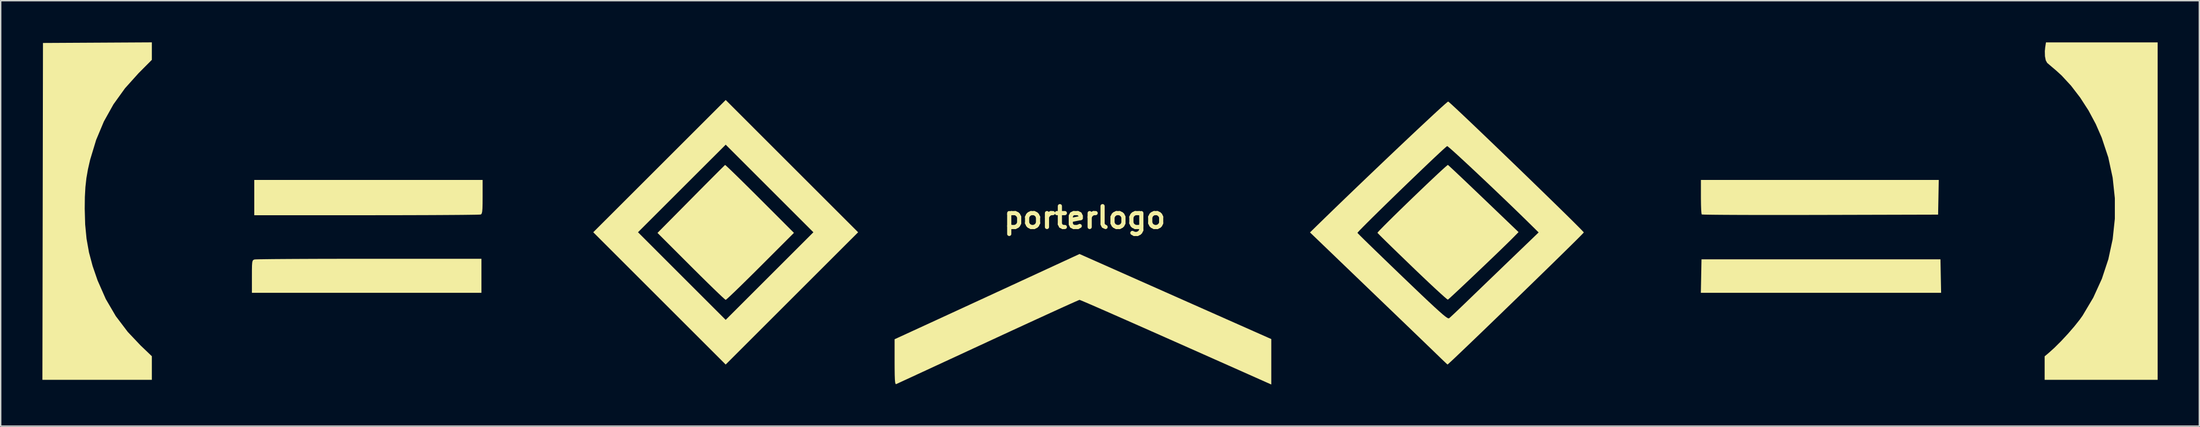
<source format=kicad_pcb>
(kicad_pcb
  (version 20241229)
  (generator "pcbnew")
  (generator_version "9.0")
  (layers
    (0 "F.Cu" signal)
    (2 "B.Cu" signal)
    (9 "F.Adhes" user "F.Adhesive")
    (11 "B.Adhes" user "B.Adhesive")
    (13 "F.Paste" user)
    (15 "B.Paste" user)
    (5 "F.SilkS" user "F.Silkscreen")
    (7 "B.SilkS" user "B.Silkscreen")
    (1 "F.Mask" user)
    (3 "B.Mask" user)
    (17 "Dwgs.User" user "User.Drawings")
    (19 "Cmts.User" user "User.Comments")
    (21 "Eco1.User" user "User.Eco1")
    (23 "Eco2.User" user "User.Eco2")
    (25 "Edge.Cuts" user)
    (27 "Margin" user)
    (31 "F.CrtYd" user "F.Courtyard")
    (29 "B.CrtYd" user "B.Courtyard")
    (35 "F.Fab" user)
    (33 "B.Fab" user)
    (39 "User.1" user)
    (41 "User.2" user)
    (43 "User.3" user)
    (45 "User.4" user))
  (footprint "porterlogo"
    (layer "F.Cu")
    (at 74.971 12.617)
    (property "Reference" "porterlogo" (at 0 0 0) (layer "F.SilkS") (effects (font (size 1.5 1.5) (thickness 0.3))))
    (attr board_only exclude_from_pos_files exclude_from_bom)
    (fp_poly (pts (xy 61.576 4.212) (xy 61.6 5.419) (xy 52.959 5.419) (xy 44.318 5.419) (xy 44.342 4.212) (xy 44.365 3.006) (xy 52.959 3.006) (xy 61.553 3.006)) (stroke (width 0) (type solid)) (fill yes) (layer "F.SilkS"))
    (fp_poly (pts (xy -21.061 -3.704) (xy -16.298 1.059) (xy -21.061 5.821) (xy -25.824 10.583) (xy -30.586 5.821) (xy -35.348 1.058) (xy -35.348 1.057) (xy -32.131 1.057) (xy -28.978 4.212) (xy -25.824 7.366) (xy -22.67 4.213) (xy -19.516 1.059) (xy -22.669 -2.095) (xy -25.822 -5.249) (xy -28.977 -2.096) (xy -32.131 1.057) (xy -35.348 1.057) (xy -30.586 -3.704) (xy -25.823 -8.467)) (stroke (width 0) (type solid)) (fill yes) (layer "F.SilkS"))
    (fp_poly (pts (xy 61.407 -1.46) (xy 61.383 -0.212) (xy 52.91 -0.19) (xy 51.726 -0.188) (xy 50.591 -0.186) (xy 49.515 -0.186) (xy 48.509 -0.187) (xy 47.586 -0.189) (xy 46.757 -0.192) (xy 46.033 -0.196) (xy 45.425 -0.201) (xy 44.946 -0.207) (xy 44.606 -0.213) (xy 44.416 -0.221) (xy 44.38 -0.225) (xy 44.36 -0.326) (xy 44.342 -0.564) (xy 44.33 -0.908) (xy 44.324 -1.326) (xy 44.323 -1.496) (xy 44.323 -2.709) (xy 52.877 -2.709) (xy 61.43 -2.709)) (stroke (width 0) (type solid)) (fill yes) (layer "F.SilkS"))
    (fp_poly (pts (xy -43.307 -1.491) (xy -43.31 -1.003) (xy -43.319 -0.659) (xy -43.338 -0.434) (xy -43.369 -0.301) (xy -43.414 -0.235) (xy -43.441 -0.221) (xy -43.543 -0.213) (xy -43.803 -0.206) (xy -44.208 -0.2) (xy -44.747 -0.193) (xy -45.408 -0.188) (xy -46.179 -0.183) (xy -47.048 -0.178) (xy -48.003 -0.175) (xy -49.033 -0.172) (xy -50.126 -0.17) (xy -51.269 -0.169) (xy -51.654 -0.169) (xy -59.732 -0.169) (xy -59.732 -1.439) (xy -59.732 -2.709) (xy -51.52 -2.709) (xy -43.307 -2.709)) (stroke (width 0) (type solid)) (fill yes) (layer "F.SilkS"))
    (fp_poly (pts (xy -43.392 2.967) (xy -43.392 4.193) (xy -43.392 5.419) (xy -51.647 5.419) (xy -59.902 5.419) (xy -59.902 4.243) (xy -59.901 3.776) (xy -59.895 3.452) (xy -59.879 3.241) (xy -59.851 3.118) (xy -59.804 3.055) (xy -59.736 3.024) (xy -59.711 3.017) (xy -59.601 3.01) (xy -59.333 3.003) (xy -58.92 2.997) (xy -58.373 2.99) (xy -57.705 2.985) (xy -56.928 2.98) (xy -56.053 2.976) (xy -55.093 2.972) (xy -54.059 2.97) (xy -52.964 2.968) (xy -51.819 2.967) (xy -51.456 2.967)) (stroke (width 0) (type solid)) (fill yes) (layer "F.SilkS"))
    (fp_poly (pts (xy -67.098 -11.987) (xy -67.098 -11.358) (xy -68.052 -10.399) (xy -69.029 -9.311) (xy -69.859 -8.156) (xy -70.549 -6.92) (xy -71.107 -5.588) (xy -71.537 -4.167) (xy -71.694 -3.482) (xy -71.806 -2.841) (xy -71.878 -2.191) (xy -71.917 -1.478) (xy -71.927 -0.651) (xy -71.927 -0.635) (xy -71.895 0.501) (xy -71.795 1.531) (xy -71.62 2.511) (xy -71.358 3.493) (xy -71 4.533) (xy -70.998 4.536) (xy -70.412 5.867) (xy -69.693 7.096) (xy -68.833 8.232) (xy -67.909 9.209) (xy -67.098 9.985) (xy -67.098 10.834) (xy -67.098 11.684) (xy -71.034 11.684) (xy -74.971 11.684) (xy -74.95 -0.445) (xy -74.93 -12.573) (xy -71.014 -12.595) (xy -67.098 -12.617)) (stroke (width 0) (type solid)) (fill yes) (layer "F.SilkS"))
    (fp_poly (pts (xy -25.798 -3.736) (xy -25.625 -3.575) (xy -25.357 -3.319) (xy -25.008 -2.98) (xy -24.591 -2.57) (xy -24.119 -2.103) (xy -23.603 -1.59) (xy -23.368 -1.355) (xy -20.914 1.101) (xy -23.326 3.514) (xy -23.853 4.039) (xy -24.345 4.525) (xy -24.787 4.959) (xy -25.168 5.328) (xy -25.474 5.619) (xy -25.692 5.821) (xy -25.809 5.919) (xy -25.823 5.927) (xy -25.9 5.869) (xy -26.083 5.703) (xy -26.358 5.443) (xy -26.714 5.1) (xy -27.136 4.688) (xy -27.611 4.22) (xy -28.127 3.707) (xy -28.319 3.516) (xy -30.729 1.105) (xy -28.318 -1.331) (xy -27.794 -1.861) (xy -27.307 -2.352) (xy -26.87 -2.791) (xy -26.495 -3.167) (xy -26.197 -3.465) (xy -25.986 -3.673) (xy -25.877 -3.779) (xy -25.865 -3.789)) (stroke (width 0) (type solid)) (fill yes) (layer "F.SilkS"))
    (fp_poly (pts (xy 77.174 -0.466) (xy 77.174 11.684) (xy 73.11 11.684) (xy 69.046 11.684) (xy 69.046 10.838) (xy 69.046 9.992) (xy 69.321 9.763) (xy 69.75 9.377) (xy 70.229 8.9) (xy 70.718 8.373) (xy 71.179 7.841) (xy 71.572 7.346) (xy 71.771 7.067) (xy 72.543 5.768) (xy 73.163 4.408) (xy 73.629 2.998) (xy 73.94 1.553) (xy 74.096 0.084) (xy 74.096 -1.395) (xy 73.939 -2.871) (xy 73.624 -4.331) (xy 73.149 -5.761) (xy 72.726 -6.731) (xy 72.202 -7.71) (xy 71.6 -8.642) (xy 70.947 -9.493) (xy 70.267 -10.23) (xy 69.87 -10.592) (xy 69.608 -10.814) (xy 69.387 -11.002) (xy 69.246 -11.124) (xy 69.228 -11.139) (xy 69.127 -11.321) (xy 69.069 -11.618) (xy 69.06 -11.983) (xy 69.085 -12.244) (xy 69.141 -12.615) (xy 73.157 -12.615) (xy 77.174 -12.615)) (stroke (width 0) (type solid)) (fill yes) (layer "F.SilkS"))
    (fp_poly (pts (xy 26.197 -3.729) (xy 26.378 -3.562) (xy 26.655 -3.303) (xy 27.014 -2.964) (xy 27.443 -2.557) (xy 27.928 -2.094) (xy 28.456 -1.589) (xy 28.695 -1.361) (xy 31.206 1.047) (xy 30.8 1.46) (xy 30.595 1.665) (xy 30.305 1.949) (xy 29.946 2.298) (xy 29.535 2.695) (xy 29.087 3.124) (xy 28.619 3.571) (xy 28.147 4.02) (xy 27.689 4.455) (xy 27.26 4.861) (xy 26.876 5.222) (xy 26.553 5.523) (xy 26.309 5.748) (xy 26.16 5.881) (xy 26.12 5.911) (xy 26.044 5.861) (xy 25.86 5.704) (xy 25.581 5.453) (xy 25.22 5.122) (xy 24.791 4.721) (xy 24.307 4.263) (xy 23.781 3.761) (xy 23.562 3.55) (xy 23.024 3.03) (xy 22.524 2.547) (xy 22.077 2.112) (xy 21.695 1.739) (xy 21.391 1.439) (xy 21.178 1.226) (xy 21.069 1.113) (xy 21.057 1.098) (xy 21.11 1.028) (xy 21.271 0.856) (xy 21.524 0.598) (xy 21.853 0.269) (xy 22.243 -0.117) (xy 22.679 -0.544) (xy 23.145 -0.997) (xy 23.625 -1.461) (xy 24.105 -1.922) (xy 24.567 -2.364) (xy 24.998 -2.772) (xy 25.38 -3.131) (xy 25.7 -3.427) (xy 25.941 -3.644) (xy 26.087 -3.768) (xy 26.125 -3.791)) (stroke (width 0) (type solid)) (fill yes) (layer "F.SilkS"))
    (fp_poly (pts (xy 6.523 5.687) (xy 13.42 8.749) (xy 13.42 10.385) (xy 13.42 12.021) (xy 12.975 11.823) (xy 11.041 10.961) (xy 9.26 10.169) (xy 7.633 9.445) (xy 6.158 8.79) (xy 4.835 8.203) (xy 3.663 7.684) (xy 2.641 7.233) (xy 1.77 6.849) (xy 1.048 6.532) (xy 0.474 6.282) (xy 0.048 6.098) (xy -0.23 5.981) (xy -0.362 5.929) (xy -0.373 5.927) (xy -0.463 5.962) (xy -0.694 6.063) (xy -1.057 6.225) (xy -1.539 6.442) (xy -2.129 6.711) (xy -2.815 7.025) (xy -3.587 7.379) (xy -4.432 7.768) (xy -5.34 8.186) (xy -6.299 8.63) (xy -6.965 8.939) (xy -7.952 9.396) (xy -8.896 9.834) (xy -9.786 10.246) (xy -10.609 10.627) (xy -11.355 10.973) (xy -12.012 11.277) (xy -12.569 11.535) (xy -13.014 11.74) (xy -13.336 11.889) (xy -13.523 11.975) (xy -13.568 11.996) (xy -13.606 11.976) (xy -13.634 11.869) (xy -13.654 11.657) (xy -13.666 11.323) (xy -13.672 10.85) (xy -13.674 10.402) (xy -13.674 8.762) (xy -11.155 7.603) (xy -10.558 7.328) (xy -9.836 6.995) (xy -9.016 6.617) (xy -8.126 6.206) (xy -7.196 5.777) (xy -6.252 5.341) (xy -5.323 4.912) (xy -4.505 4.534) (xy -0.373 2.624)) (stroke (width 0) (type solid)) (fill yes) (layer "F.SilkS"))
    (fp_poly (pts (xy 26.229 -8.288) (xy 26.423 -8.114) (xy 26.714 -7.844) (xy 27.092 -7.489) (xy 27.544 -7.061) (xy 28.061 -6.569) (xy 28.631 -6.024) (xy 29.242 -5.438) (xy 29.883 -4.821) (xy 30.544 -4.185) (xy 31.213 -3.539) (xy 31.878 -2.895) (xy 32.529 -2.263) (xy 33.154 -1.655) (xy 33.743 -1.081) (xy 34.283 -0.553) (xy 34.765 -0.08) (xy 35.176 0.327) (xy 35.505 0.656) (xy 35.741 0.896) (xy 35.874 1.038) (xy 35.899 1.071) (xy 35.84 1.139) (xy 35.669 1.314) (xy 35.4 1.585) (xy 35.041 1.941) (xy 34.605 2.37) (xy 34.102 2.864) (xy 33.545 3.41) (xy 32.942 3.997) (xy 32.307 4.616) (xy 31.65 5.255) (xy 30.982 5.904) (xy 30.314 6.551) (xy 29.658 7.187) (xy 29.024 7.799) (xy 28.424 8.378) (xy 27.868 8.912) (xy 27.368 9.391) (xy 26.935 9.804) (xy 26.581 10.141) (xy 26.315 10.389) (xy 26.15 10.54) (xy 26.096 10.582) (xy 26.032 10.526) (xy 25.87 10.374) (xy 25.632 10.147) (xy 25.343 9.866) (xy 25.273 9.799) (xy 25.013 9.546) (xy 24.652 9.198) (xy 24.213 8.774) (xy 23.718 8.297) (xy 23.188 7.786) (xy 22.645 7.264) (xy 22.352 6.982) (xy 21.727 6.381) (xy 21.028 5.709) (xy 20.293 5.002) (xy 19.561 4.298) (xy 18.871 3.634) (xy 18.261 3.048) (xy 18.22 3.008) (xy 16.238 1.102) (xy 19.618 1.102) (xy 19.682 1.172) (xy 19.857 1.348) (xy 20.131 1.619) (xy 20.494 1.973) (xy 20.933 2.4) (xy 21.438 2.889) (xy 21.996 3.428) (xy 22.597 4.007) (xy 22.86 4.26) (xy 23.589 4.958) (xy 24.205 5.547) (xy 24.719 6.033) (xy 25.139 6.424) (xy 25.475 6.73) (xy 25.735 6.959) (xy 25.929 7.117) (xy 26.066 7.214) (xy 26.154 7.258) (xy 26.203 7.257) (xy 26.204 7.256) (xy 26.307 7.166) (xy 26.506 6.981) (xy 26.78 6.723) (xy 27.102 6.415) (xy 27.305 6.22) (xy 27.606 5.929) (xy 28.005 5.544) (xy 28.48 5.086) (xy 29.009 4.576) (xy 29.567 4.039) (xy 30.131 3.495) (xy 30.464 3.174) (xy 32.65 1.071) (xy 32.115 0.543) (xy 31.622 0.059) (xy 31.087 -0.462) (xy 30.521 -1.008) (xy 29.939 -1.566) (xy 29.354 -2.125) (xy 28.778 -2.671) (xy 28.224 -3.193) (xy 27.706 -3.679) (xy 27.237 -4.115) (xy 26.829 -4.491) (xy 26.496 -4.793) (xy 26.25 -5.009) (xy 26.105 -5.128) (xy 26.072 -5.147) (xy 25.989 -5.084) (xy 25.801 -4.917) (xy 25.521 -4.659) (xy 25.163 -4.324) (xy 24.741 -3.924) (xy 24.268 -3.472) (xy 23.758 -2.983) (xy 23.224 -2.47) (xy 22.681 -1.945) (xy 22.143 -1.422) (xy 21.622 -0.914) (xy 21.132 -0.434) (xy 20.688 0.003) (xy 20.303 0.386) (xy 19.991 0.7) (xy 19.765 0.932) (xy 19.639 1.07) (xy 19.618 1.102) (xy 16.238 1.102) (xy 16.204 1.07) (xy 16.696 0.589) (xy 17.342 -0.04) (xy 18.027 -0.705) (xy 18.742 -1.395) (xy 19.476 -2.101) (xy 20.219 -2.813) (xy 20.961 -3.522) (xy 21.692 -4.219) (xy 22.401 -4.892) (xy 23.079 -5.534) (xy 23.715 -6.134) (xy 24.3 -6.682) (xy 24.822 -7.169) (xy 25.271 -7.586) (xy 25.639 -7.923) (xy 25.914 -8.169) (xy 26.086 -8.316) (xy 26.144 -8.356)) (stroke (width 0) (type solid)) (fill yes) (layer "F.SilkS")))
  (gr_rect
    (start -3 -3)
    (end 155.144 27.638)
    (stroke (width 0.1) (type default))
    (fill no)
    (layer "Edge.Cuts")))
</source>
